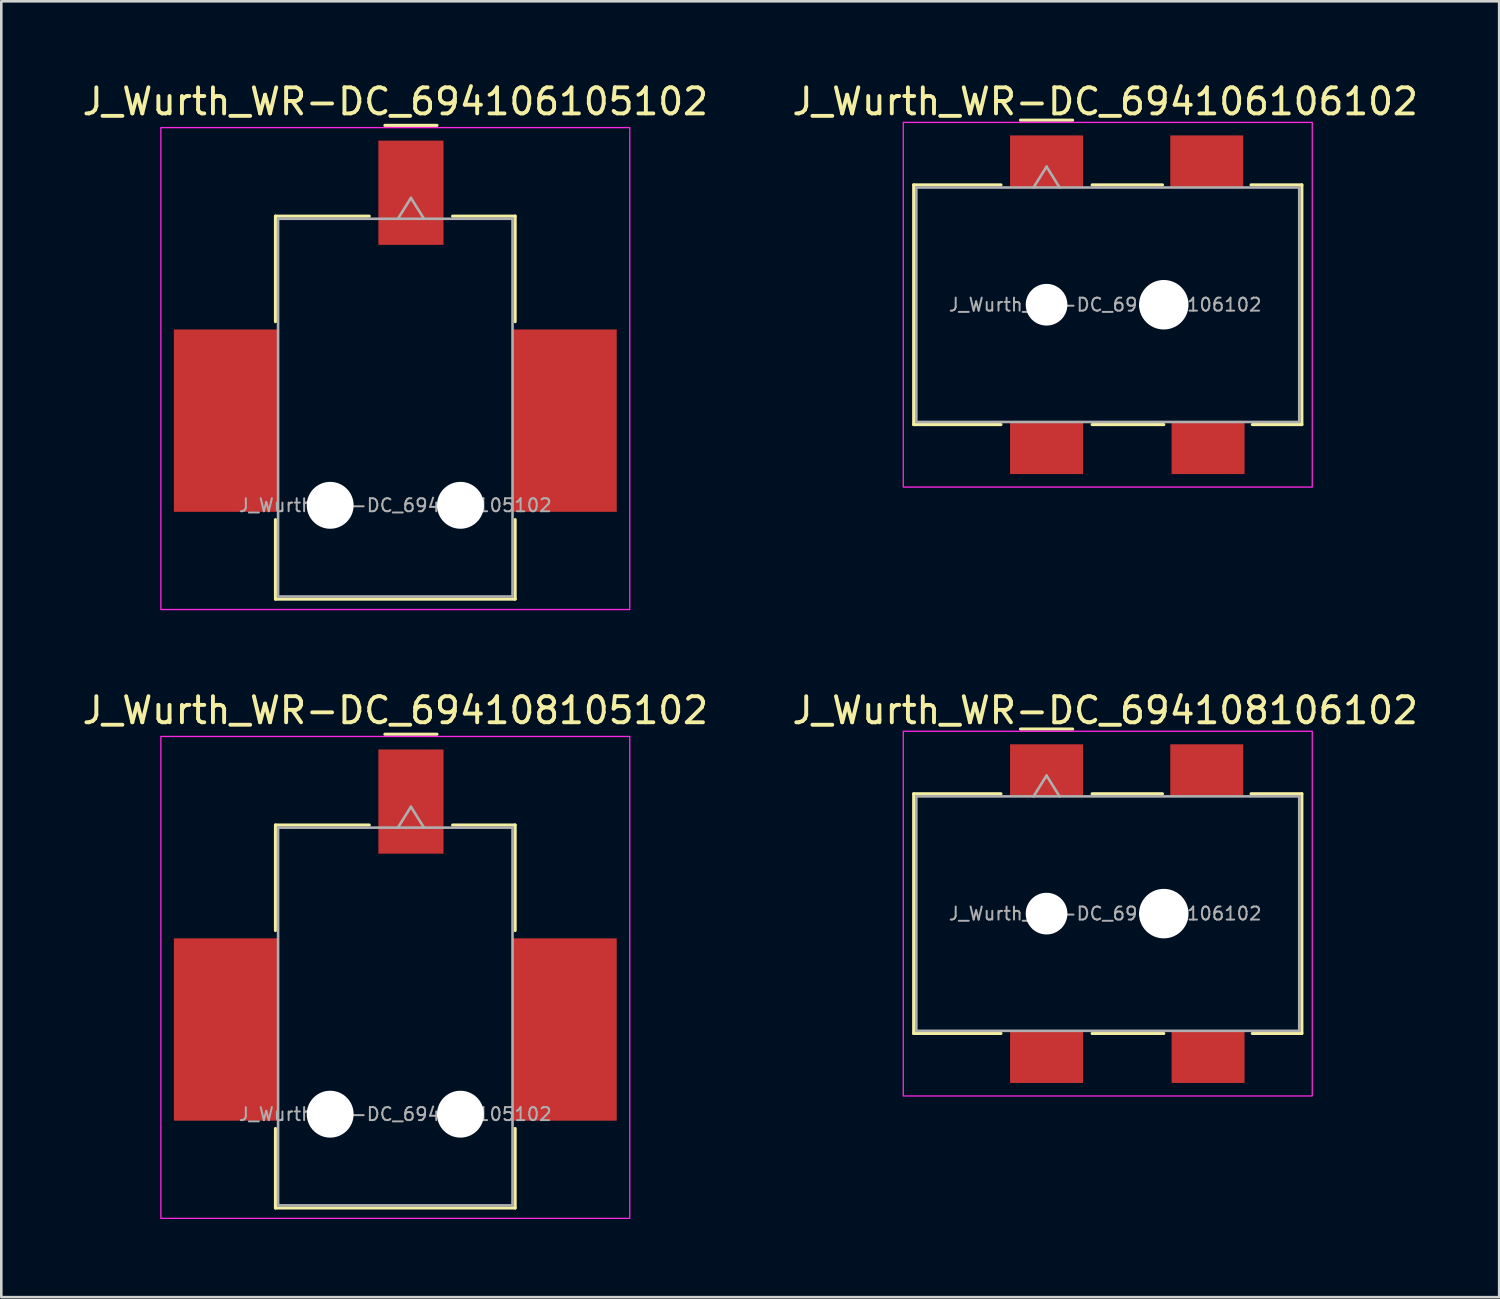
<source format=kicad_pcb>
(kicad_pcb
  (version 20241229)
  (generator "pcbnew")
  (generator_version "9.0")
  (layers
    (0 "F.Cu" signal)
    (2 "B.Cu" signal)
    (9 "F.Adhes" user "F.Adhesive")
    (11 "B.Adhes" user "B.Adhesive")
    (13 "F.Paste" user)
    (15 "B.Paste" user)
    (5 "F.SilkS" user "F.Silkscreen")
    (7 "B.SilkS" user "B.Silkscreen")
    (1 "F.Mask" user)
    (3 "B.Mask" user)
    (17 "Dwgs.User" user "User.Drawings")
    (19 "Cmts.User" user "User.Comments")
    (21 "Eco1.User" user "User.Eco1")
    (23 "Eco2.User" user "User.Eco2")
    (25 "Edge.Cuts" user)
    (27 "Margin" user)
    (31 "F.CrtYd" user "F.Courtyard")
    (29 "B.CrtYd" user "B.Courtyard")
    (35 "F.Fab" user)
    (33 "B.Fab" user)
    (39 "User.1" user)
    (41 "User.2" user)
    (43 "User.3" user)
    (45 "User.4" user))
  (footprint "J_Wurth_WR-DC_694108105102"
    (layer "F.Cu")
    (at 12.125 39.721)
    (property "Reference" "J_Wurth_WR-DC_694108105102" (at 0 -15.5 0) (unlocked yes) (layer "F.SilkS") (effects (font (size 1 1) (thickness 0.15))))
    (attr smd)
    (fp_line (start -4.6 -11.1) (end -1 -11.1) (stroke (width 0.12) (type solid)) (layer "F.SilkS"))
    (fp_line (start -4.6 -7.05) (end -4.6 -11.1) (stroke (width 0.12) (type solid)) (layer "F.SilkS"))
    (fp_line (start -4.6 0.55) (end -4.6 3.6) (stroke (width 0.12) (type solid)) (layer "F.SilkS"))
    (fp_line (start -4.6 3.6) (end 4.6 3.6) (stroke (width 0.12) (type solid)) (layer "F.SilkS"))
    (fp_line (start -0.4 -14.585) (end 1.6 -14.585) (stroke (width 0.12) (type default)) (layer "F.SilkS"))
    (fp_line (start 4.6 -11.1) (end 2.2 -11.1) (stroke (width 0.12) (type solid)) (layer "F.SilkS"))
    (fp_line (start 4.6 -7.05) (end 4.6 -11.1) (stroke (width 0.12) (type solid)) (layer "F.SilkS"))
    (fp_line (start 4.6 3.6) (end 4.6 0.55) (stroke (width 0.12) (type solid)) (layer "F.SilkS"))
    (fp_rect (start -9 4) (end 9 -14.5) (stroke (width 0.05) (type default)) (fill no) (layer "F.CrtYd"))
    (fp_line (start -4.5 -11) (end 4.5 -11) (stroke (width 0.1) (type solid)) (layer "F.Fab"))
    (fp_line (start -4.5 3.5) (end -4.5 -11) (stroke (width 0.1) (type solid)) (layer "F.Fab"))
    (fp_line (start 0.1 -11) (end 0.6 -11.8) (stroke (width 0.1) (type default)) (layer "F.Fab"))
    (fp_line (start 1.1 -11) (end 0.6 -11.8) (stroke (width 0.1) (type default)) (layer "F.Fab"))
    (fp_line (start 4.5 -11) (end 4.5 3.5) (stroke (width 0.1) (type solid)) (layer "F.Fab"))
    (fp_line (start 4.5 3.5) (end -4.5 3.5) (stroke (width 0.1) (type solid)) (layer "F.Fab"))
    (fp_text user "${REFERENCE}" (at 0 0 0) (unlocked yes) (layer "F.Fab") (effects (font (size 0.5 0.5) (thickness 0.075))))
    (pad "" np_thru_hole circle (at -2.5 0) (size 1.8 1.8) (drill 1.8) (layers "*.Cu" "*.Mask"))
    (pad "" np_thru_hole circle (at 2.5 0) (size 1.8 1.8) (drill 1.8) (layers "*.Cu" "*.Mask"))
    (pad "1" smd rect (at 0.6 -12) (size 2.5 4) (layers "F.Cu" "F.Mask" "F.Paste"))
    (pad "2" smd rect (at -6.5 -3.25) (size 4 7) (layers "F.Cu" "F.Mask" "F.Paste"))
    (pad "3" smd rect (at 6.5 -3.25) (size 4 7) (layers "F.Cu" "F.Mask" "F.Paste")))
  (footprint "J_Wurth_WR-DC_694106105102"
    (layer "F.Cu")
    (at 12.125 16.348)
    (property "Reference" "J_Wurth_WR-DC_694106105102" (at 0 -15.5 0) (unlocked yes) (layer "F.SilkS") (effects (font (size 1 1) (thickness 0.15))))
    (attr smd)
    (fp_line (start -4.6 -11.1) (end -1 -11.1) (stroke (width 0.12) (type solid)) (layer "F.SilkS"))
    (fp_line (start -4.6 -7.05) (end -4.6 -11.1) (stroke (width 0.12) (type solid)) (layer "F.SilkS"))
    (fp_line (start -4.6 0.55) (end -4.6 3.6) (stroke (width 0.12) (type solid)) (layer "F.SilkS"))
    (fp_line (start -4.6 3.6) (end 4.6 3.6) (stroke (width 0.12) (type solid)) (layer "F.SilkS"))
    (fp_line (start -0.4 -14.585) (end 1.6 -14.585) (stroke (width 0.12) (type default)) (layer "F.SilkS"))
    (fp_line (start 4.6 -11.1) (end 2.2 -11.1) (stroke (width 0.12) (type solid)) (layer "F.SilkS"))
    (fp_line (start 4.6 -7.05) (end 4.6 -11.1) (stroke (width 0.12) (type solid)) (layer "F.SilkS"))
    (fp_line (start 4.6 3.6) (end 4.6 0.55) (stroke (width 0.12) (type solid)) (layer "F.SilkS"))
    (fp_rect (start -9 4) (end 9 -14.5) (stroke (width 0.05) (type default)) (fill no) (layer "F.CrtYd"))
    (fp_line (start -4.5 -11) (end 4.5 -11) (stroke (width 0.1) (type solid)) (layer "F.Fab"))
    (fp_line (start -4.5 3.5) (end -4.5 -11) (stroke (width 0.1) (type solid)) (layer "F.Fab"))
    (fp_line (start 0.1 -11) (end 0.6 -11.8) (stroke (width 0.1) (type default)) (layer "F.Fab"))
    (fp_line (start 1.1 -11) (end 0.6 -11.8) (stroke (width 0.1) (type default)) (layer "F.Fab"))
    (fp_line (start 4.5 -11) (end 4.5 3.5) (stroke (width 0.1) (type solid)) (layer "F.Fab"))
    (fp_line (start 4.5 3.5) (end -4.5 3.5) (stroke (width 0.1) (type solid)) (layer "F.Fab"))
    (fp_text user "${REFERENCE}" (at 0 0 0) (unlocked yes) (layer "F.Fab") (effects (font (size 0.5 0.5) (thickness 0.075))))
    (pad "" np_thru_hole circle (at -2.5 0 90) (size 1.8 1.8) (drill 1.8) (layers "*.Cu" "*.Mask"))
    (pad "" np_thru_hole circle (at 2.5 0 90) (size 1.8 1.8) (drill 1.8) (layers "*.Cu" "*.Mask"))
    (pad "1" smd rect (at 0.6 -12) (size 2.5 4) (layers "F.Cu" "F.Mask" "F.Paste"))
    (pad "2" smd rect (at -6.5 -3.25) (size 4 7) (layers "F.Cu" "F.Mask" "F.Paste"))
    (pad "3" smd rect (at 6.5 -3.25) (size 4 7) (layers "F.Cu" "F.Mask" "F.Paste")))
  (footprint "J_Wurth_WR-DC_694108106102"
    (layer "F.Cu")
    (at 39.375 32.022)
    (property "Reference" "J_Wurth_WR-DC_694108106102" (at 0 -7.8 0) (unlocked yes) (layer "F.SilkS") (effects (font (size 1 1) (thickness 0.15))))
    (attr smd)
    (fp_line (start -7.35 -4.6) (end -7.35 4.6) (stroke (width 0.12) (type solid)) (layer "F.SilkS"))
    (fp_line (start -7.35 4.6) (end -4 4.6) (stroke (width 0.12) (type solid)) (layer "F.SilkS"))
    (fp_line (start -4 -4.6) (end -7.35 -4.6) (stroke (width 0.12) (type solid)) (layer "F.SilkS"))
    (fp_line (start -3.25 -7.085) (end -1.25 -7.085) (stroke (width 0.12) (type default)) (layer "F.SilkS"))
    (fp_line (start -0.5 -4.6) (end 2.2 -4.6) (stroke (width 0.12) (type solid)) (layer "F.SilkS"))
    (fp_line (start -0.5 4.6) (end 2.25 4.6) (stroke (width 0.12) (type solid)) (layer "F.SilkS"))
    (fp_line (start 5.6 -4.6) (end 7.55 -4.6) (stroke (width 0.12) (type solid)) (layer "F.SilkS"))
    (fp_line (start 7.55 -4.6) (end 7.55 4.6) (stroke (width 0.12) (type solid)) (layer "F.SilkS"))
    (fp_line (start 7.55 4.6) (end 5.65 4.6) (stroke (width 0.12) (type solid)) (layer "F.SilkS"))
    (fp_rect (start -7.75 -7) (end 7.95 7) (stroke (width 0.05) (type default)) (fill no) (layer "F.CrtYd"))
    (fp_line (start -7.25 -4.5) (end 7.45 -4.5) (stroke (width 0.1) (type solid)) (layer "F.Fab"))
    (fp_line (start -7.25 4.5) (end -7.25 -4.5) (stroke (width 0.1) (type solid)) (layer "F.Fab"))
    (fp_line (start -7.25 4.5) (end 7.45 4.5) (stroke (width 0.1) (type solid)) (layer "F.Fab"))
    (fp_line (start -2.75 -4.5) (end -2.25 -5.3) (stroke (width 0.1) (type default)) (layer "F.Fab"))
    (fp_line (start -2.25 -5.3) (end -1.75 -4.5) (stroke (width 0.1) (type default)) (layer "F.Fab"))
    (fp_line (start 7.45 4.5) (end 7.45 -4.5) (stroke (width 0.1) (type solid)) (layer "F.Fab"))
    (fp_text user "${REFERENCE}" (at 0 0 0) (unlocked yes) (layer "F.Fab") (effects (font (size 0.5 0.5) (thickness 0.075))))
    (pad "" np_thru_hole circle (at -2.25 0) (size 1.6 1.6) (drill 1.6) (layers "*.Cu" "*.Mask"))
    (pad "" np_thru_hole circle (at 2.25 0) (size 1.9 1.9) (drill 1.9) (layers "*.Cu" "*.Mask"))
    (pad "1" smd rect (at -2.25 -5.5) (size 2.8 2) (layers "F.Cu" "F.Mask" "F.Paste"))
    (pad "1" smd rect (at 3.9 -5.5) (size 2.8 2) (layers "F.Cu" "F.Mask" "F.Paste"))
    (pad "2" smd rect (at 3.95 5.5) (size 2.8 2) (layers "F.Cu" "F.Mask" "F.Paste"))
    (pad "3" smd rect (at -2.25 5.5) (size 2.8 2) (layers "F.Cu" "F.Mask" "F.Paste")))
  (footprint "J_Wurth_WR-DC_694106106102"
    (layer "F.Cu")
    (at 39.375 8.648)
    (property "Reference" "J_Wurth_WR-DC_694106106102" (at 0 -7.8 0) (unlocked yes) (layer "F.SilkS") (effects (font (size 1 1) (thickness 0.15))))
    (attr smd)
    (fp_line (start -7.35 -4.6) (end -7.35 4.6) (stroke (width 0.12) (type solid)) (layer "F.SilkS"))
    (fp_line (start -7.35 4.6) (end -4 4.6) (stroke (width 0.12) (type solid)) (layer "F.SilkS"))
    (fp_line (start -4 -4.6) (end -7.35 -4.6) (stroke (width 0.12) (type solid)) (layer "F.SilkS"))
    (fp_line (start -3.25 -7.085) (end -1.25 -7.085) (stroke (width 0.12) (type default)) (layer "F.SilkS"))
    (fp_line (start -0.5 -4.6) (end 2.2 -4.6) (stroke (width 0.12) (type solid)) (layer "F.SilkS"))
    (fp_line (start -0.5 4.6) (end 2.25 4.6) (stroke (width 0.12) (type solid)) (layer "F.SilkS"))
    (fp_line (start 5.6 -4.6) (end 7.55 -4.6) (stroke (width 0.12) (type solid)) (layer "F.SilkS"))
    (fp_line (start 7.55 -4.6) (end 7.55 4.6) (stroke (width 0.12) (type solid)) (layer "F.SilkS"))
    (fp_line (start 7.55 4.6) (end 5.65 4.6) (stroke (width 0.12) (type solid)) (layer "F.SilkS"))
    (fp_rect (start -7.75 -7) (end 7.95 7) (stroke (width 0.05) (type default)) (fill no) (layer "F.CrtYd"))
    (fp_line (start -7.25 -4.5) (end 7.45 -4.5) (stroke (width 0.1) (type solid)) (layer "F.Fab"))
    (fp_line (start -7.25 4.5) (end -7.25 -4.5) (stroke (width 0.1) (type solid)) (layer "F.Fab"))
    (fp_line (start -7.25 4.5) (end 7.45 4.5) (stroke (width 0.1) (type solid)) (layer "F.Fab"))
    (fp_line (start -2.75 -4.5) (end -2.25 -5.3) (stroke (width 0.1) (type default)) (layer "F.Fab"))
    (fp_line (start -2.25 -5.3) (end -1.75 -4.5) (stroke (width 0.1) (type default)) (layer "F.Fab"))
    (fp_line (start 7.45 4.5) (end 7.45 -4.5) (stroke (width 0.1) (type solid)) (layer "F.Fab"))
    (fp_text user "${REFERENCE}" (at 0 0 0) (unlocked yes) (layer "F.Fab") (effects (font (size 0.5 0.5) (thickness 0.075))))
    (pad "" np_thru_hole circle (at -2.25 0) (size 1.6 1.6) (drill 1.6) (layers "*.Cu" "*.Mask"))
    (pad "" np_thru_hole circle (at 2.25 0) (size 1.9 1.9) (drill 1.9) (layers "*.Cu" "*.Mask"))
    (pad "1" smd rect (at -2.25 -5.5) (size 2.8 2) (layers "F.Cu" "F.Mask" "F.Paste"))
    (pad "1" smd rect (at 3.9 -5.5) (size 2.8 2) (layers "F.Cu" "F.Mask" "F.Paste"))
    (pad "2" smd rect (at 3.95 5.5) (size 2.8 2) (layers "F.Cu" "F.Mask" "F.Paste"))
    (pad "3" smd rect (at -2.25 5.5) (size 2.8 2) (layers "F.Cu" "F.Mask" "F.Paste")))
  (gr_rect
    (start -3 -3)
    (end 54.5 46.746)
    (stroke (width 0.1) (type default))
    (fill no)
    (layer "Edge.Cuts")))
</source>
